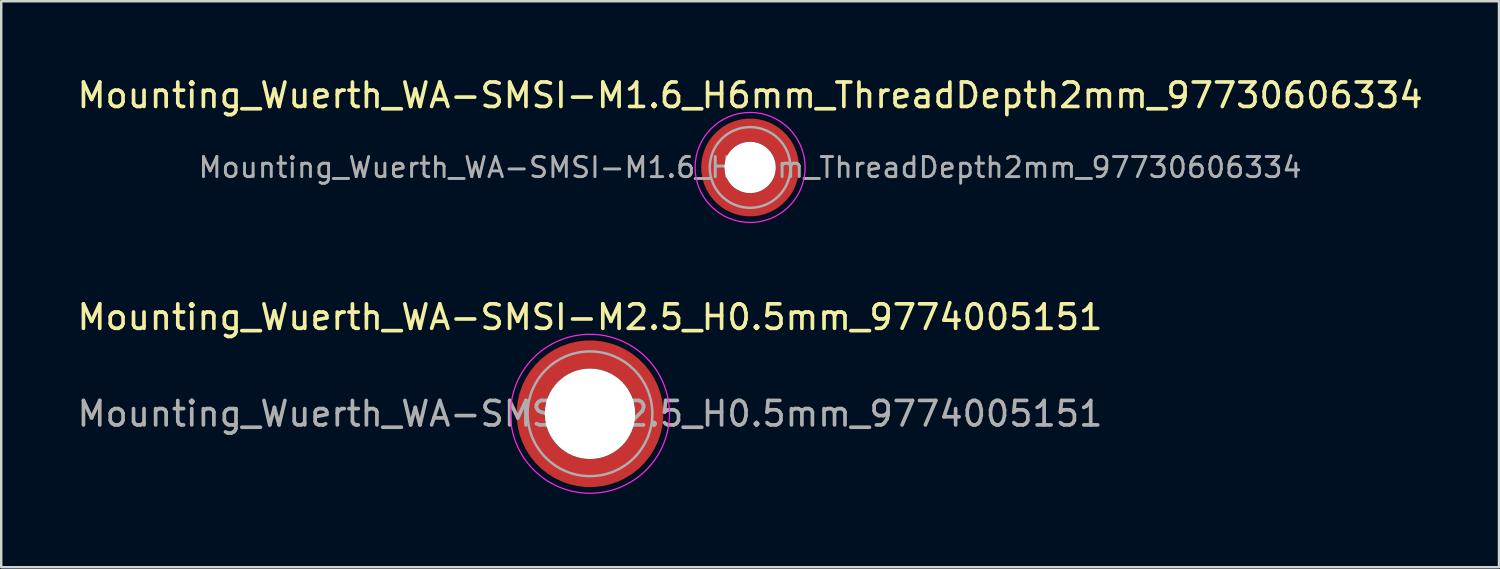
<source format=kicad_pcb>
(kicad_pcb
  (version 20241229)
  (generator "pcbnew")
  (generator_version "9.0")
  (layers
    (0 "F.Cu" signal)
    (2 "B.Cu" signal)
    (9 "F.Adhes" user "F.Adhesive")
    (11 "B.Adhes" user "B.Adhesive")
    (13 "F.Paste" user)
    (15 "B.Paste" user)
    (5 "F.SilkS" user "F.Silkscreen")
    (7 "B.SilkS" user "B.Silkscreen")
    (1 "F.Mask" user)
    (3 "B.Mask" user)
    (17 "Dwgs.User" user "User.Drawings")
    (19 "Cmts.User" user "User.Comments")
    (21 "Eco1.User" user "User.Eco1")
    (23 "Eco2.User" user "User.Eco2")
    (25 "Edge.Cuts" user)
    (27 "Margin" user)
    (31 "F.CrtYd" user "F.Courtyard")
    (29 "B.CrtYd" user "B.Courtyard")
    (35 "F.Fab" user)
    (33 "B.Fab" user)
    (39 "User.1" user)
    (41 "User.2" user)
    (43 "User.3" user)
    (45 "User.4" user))
  (footprint "Mounting_Wuerth_WA-SMSI-M1.6_H6mm_ThreadDepth2mm_97730606334"
    (layer "F.Cu")
    (at 27.625 3.798)
    (property "Reference" "Mounting_Wuerth_WA-SMSI-M1.6_H6mm_ThreadDepth2mm_97730606334" (at 0 -2.95 0) (layer "F.SilkS") (effects (font (size 1 1) (thickness 0.15))))
    (attr smd allow_soldermask_bridges)
    (fp_circle (center 0 0) (end 2.25 0) (stroke (width 0.05) (type solid)) (fill no) (layer "F.CrtYd"))
    (fp_circle (center 0 0) (end 1.65 0) (stroke (width 0.1) (type solid)) (fill no) (layer "F.Fab"))
    (fp_text user "${REFERENCE}" (at 0 0 0) (layer "F.Fab") (effects (font (size 0.82 0.82) (thickness 0.12))))
    (pad "" smd custom (at -1.061 -1.061) (size 0.4 0.4) (layers "F.Paste") (options (anchor circle)) (primitives (gr_arc (start -0.101235 0.76066) (mid 0.212132 0.212132) (end 0.76066 -0.101235) (width 0.2)) (gr_arc (start -0.204251 0.76066) (mid 0.141421 0.141421) (end 0.76066 -0.204251) (width 0.2)) (gr_arc (start -0.306819 0.76066) (mid 0.070711 0.070711) (end 0.76066 -0.306819) (width 0.2)) (gr_arc (start -0.409034 0.76066) (mid 0 0) (end 0.76066 -0.409034) (width 0.2)) (gr_arc (start -0.510963 0.76066) (mid -0.070711 -0.070711) (end 0.76066 -0.510963) (width 0.2)) (gr_arc (start -0.61266 0.76066) (mid -0.141421 -0.141421) (end 0.76066 -0.61266) (width 0.2)) (gr_arc (start -0.714164 0.76066) (mid -0.212132 -0.212132) (end 0.76066 -0.714164) (width 0.2)) (gr_line (start 0.761 -0.101) (end 0.761 -0.714) (width 0.2)) (gr_line (start -0.101 0.761) (end -0.714 0.761) (width 0.2))))
    (pad "" smd custom (at -1.061 1.061) (size 0.4 0.4) (layers "F.Paste") (options (anchor circle)) (primitives (gr_arc (start 0.76066 0.101235) (mid 0.212132 -0.212132) (end -0.101235 -0.76066) (width 0.2)) (gr_arc (start 0.76066 0.204251) (mid 0.141421 -0.141421) (end -0.204251 -0.76066) (width 0.2)) (gr_arc (start 0.76066 0.306819) (mid 0.070711 -0.070711) (end -0.306819 -0.76066) (width 0.2)) (gr_arc (start 0.76066 0.409034) (mid 0 0) (end -0.409034 -0.76066) (width 0.2)) (gr_arc (start 0.76066 0.510963) (mid -0.070711 0.070711) (end -0.510963 -0.76066) (width 0.2)) (gr_arc (start 0.76066 0.61266) (mid -0.141421 0.141421) (end -0.61266 -0.76066) (width 0.2)) (gr_arc (start 0.76066 0.714164) (mid -0.212132 0.212132) (end -0.714164 -0.76066) (width 0.2)) (gr_line (start -0.101 -0.761) (end -0.714 -0.761) (width 0.2)) (gr_line (start 0.761 0.101) (end 0.761 0.714) (width 0.2))))
    (pad "" np_thru_hole circle (at 0 0) (size 2.1 2.1) (drill 2.1) (layers "*.Cu" "*.Mask"))
    (pad "" smd custom (at 1.061 -1.061) (size 0.4 0.4) (layers "F.Paste") (options (anchor circle)) (primitives (gr_arc (start -0.76066 -0.101235) (mid -0.212132 0.212132) (end 0.101235 0.76066) (width 0.2)) (gr_arc (start -0.76066 -0.204251) (mid -0.141421 0.141421) (end 0.204251 0.76066) (width 0.2)) (gr_arc (start -0.76066 -0.306819) (mid -0.070711 0.070711) (end 0.306819 0.76066) (width 0.2)) (gr_arc (start -0.76066 -0.409034) (mid 0 0) (end 0.409034 0.76066) (width 0.2)) (gr_arc (start -0.76066 -0.510963) (mid 0.070711 -0.070711) (end 0.510963 0.76066) (width 0.2)) (gr_arc (start -0.76066 -0.61266) (mid 0.141421 -0.141421) (end 0.61266 0.76066) (width 0.2)) (gr_arc (start -0.76066 -0.714164) (mid 0.212132 -0.212132) (end 0.714164 0.76066) (width 0.2)) (gr_line (start 0.101 0.761) (end 0.714 0.761) (width 0.2)) (gr_line (start -0.761 -0.101) (end -0.761 -0.714) (width 0.2))))
    (pad "" smd custom (at 1.061 1.061) (size 0.4 0.4) (layers "F.Paste") (options (anchor circle)) (primitives (gr_arc (start 0.101235 -0.76066) (mid -0.212132 -0.212132) (end -0.76066 0.101235) (width 0.2)) (gr_arc (start 0.204251 -0.76066) (mid -0.141421 -0.141421) (end -0.76066 0.204251) (width 0.2)) (gr_arc (start 0.306819 -0.76066) (mid -0.070711 -0.070711) (end -0.76066 0.306819) (width 0.2)) (gr_arc (start 0.409034 -0.76066) (mid 0 0) (end -0.76066 0.409034) (width 0.2)) (gr_arc (start 0.510963 -0.76066) (mid 0.070711 0.070711) (end -0.76066 0.510963) (width 0.2)) (gr_arc (start 0.61266 -0.76066) (mid 0.141421 0.141421) (end -0.76066 0.61266) (width 0.2)) (gr_arc (start 0.714164 -0.76066) (mid 0.212132 0.212132) (end -0.76066 0.714164) (width 0.2)) (gr_line (start -0.761 0.101) (end -0.761 0.714) (width 0.2)) (gr_line (start 0.101 -0.761) (end 0.714 -0.761) (width 0.2))))
    (pad "1" smd circle (at -1.525 0) (size 0.442 0.442) (layers "F.Cu"))
    (pad "1" smd circle (at 0 -1.525) (size 0.442 0.442) (layers "F.Cu"))
    (pad "1" smd circle (at 0 1.525) (size 0.442 0.442) (layers "F.Cu"))
    (pad "1" smd custom (at 1.525 0) (size 0.95 0.95) (layers "F.Cu" "F.Mask") (options (anchor circle)) (primitives (gr_circle (center -1.525 0) (end 0 0) (width 0.95) (fill no)))))
  (footprint "Mounting_Wuerth_WA-SMSI-M2.5_H0.5mm_9774005151"
    (layer "F.Cu")
    (at 21.077 13.871)
    (property "Reference" "Mounting_Wuerth_WA-SMSI-M2.5_H0.5mm_9774005151" (at 0 -3.95 0) (layer "F.SilkS") (effects (font (size 1 1) (thickness 0.15))))
    (attr smd allow_soldermask_bridges)
    (fp_circle (center 0 0) (end 3.25 0) (stroke (width 0.05) (type solid)) (fill no) (layer "F.CrtYd"))
    (fp_circle (center 0 0) (end 2.55 0) (stroke (width 0.1) (type solid)) (fill no) (layer "F.Fab"))
    (fp_text user "${REFERENCE}" (at 0 0 0) (layer "F.Fab") (effects (font (size 1 1) (thickness 0.15))))
    (pad "" smd custom (at -1.704 -1.704) (size 0.51 0.51) (layers "F.Paste") (options (anchor circle)) (primitives (gr_arc (start -0.250195 1.279127) (mid 0.289914 0.289914) (end 1.279127 -0.250195) (width 0.2)) (gr_arc (start -0.34334 1.279127) (mid 0.225488 0.225488) (end 1.279127 -0.34334) (width 0.2)) (gr_arc (start -0.436309 1.279127) (mid 0.161063 0.161063) (end 1.279127 -0.436309) (width 0.2)) (gr_arc (start -0.529126 1.279127) (mid 0.096638 0.096638) (end 1.279127 -0.529126) (width 0.2)) (gr_arc (start -0.621807 1.279127) (mid 0.032213 0.032213) (end 1.279127 -0.621807) (width 0.2)) (gr_arc (start -0.71437 1.279127) (mid -0.032213 -0.032213) (end 1.279127 -0.71437) (width 0.2)) (gr_arc (start -0.806826 1.279127) (mid -0.096638 -0.096638) (end 1.279127 -0.806826) (width 0.2)) (gr_arc (start -0.899187 1.279127) (mid -0.161063 -0.161063) (end 1.279127 -0.899187) (width 0.2)) (gr_arc (start -0.991463 1.279127) (mid -0.225488 -0.225488) (end 1.279127 -0.991463) (width 0.2)) (gr_arc (start -1.083663 1.279127) (mid -0.289914 -0.289914) (end 1.279127 -1.083663) (width 0.2)) (gr_line (start 1.279 -0.25) (end 1.279 -1.084) (width 0.2)) (gr_line (start -0.25 1.279) (end -1.084 1.279) (width 0.2))))
    (pad "" smd custom (at -1.704 1.704) (size 0.51 0.51) (layers "F.Paste") (options (anchor circle)) (primitives (gr_arc (start 1.279127 0.250195) (mid 0.289914 -0.289914) (end -0.250195 -1.279127) (width 0.2)) (gr_arc (start 1.279127 0.34334) (mid 0.225488 -0.225488) (end -0.34334 -1.279127) (width 0.2)) (gr_arc (start 1.279127 0.436309) (mid 0.161063 -0.161063) (end -0.436309 -1.279127) (width 0.2)) (gr_arc (start 1.279127 0.529126) (mid 0.096638 -0.096638) (end -0.529126 -1.279127) (width 0.2)) (gr_arc (start 1.279127 0.621807) (mid 0.032213 -0.032213) (end -0.621807 -1.279127) (width 0.2)) (gr_arc (start 1.279127 0.71437) (mid -0.032213 0.032213) (end -0.71437 -1.279127) (width 0.2)) (gr_arc (start 1.279127 0.806826) (mid -0.096638 0.096638) (end -0.806826 -1.279127) (width 0.2)) (gr_arc (start 1.279127 0.899187) (mid -0.161063 0.161063) (end -0.899187 -1.279127) (width 0.2)) (gr_arc (start 1.279127 0.991463) (mid -0.225488 0.225488) (end -0.991463 -1.279127) (width 0.2)) (gr_arc (start 1.279127 1.083663) (mid -0.289914 0.289914) (end -1.083663 -1.279127) (width 0.2)) (gr_line (start -0.25 -1.279) (end -1.084 -1.279) (width 0.2)) (gr_line (start 1.279 0.25) (end 1.279 1.084) (width 0.2))))
    (pad "" np_thru_hole circle (at 0 0) (size 3.7 3.7) (drill 3.7) (layers "*.Cu" "*.Mask"))
    (pad "" smd custom (at 1.704 -1.704) (size 0.51 0.51) (layers "F.Paste") (options (anchor circle)) (primitives (gr_arc (start -1.279127 -0.250195) (mid -0.289914 0.289914) (end 0.250195 1.279127) (width 0.2)) (gr_arc (start -1.279127 -0.34334) (mid -0.225488 0.225488) (end 0.34334 1.279127) (width 0.2)) (gr_arc (start -1.279127 -0.436309) (mid -0.161063 0.161063) (end 0.436309 1.279127) (width 0.2)) (gr_arc (start -1.279127 -0.529126) (mid -0.096638 0.096638) (end 0.529126 1.279127) (width 0.2)) (gr_arc (start -1.279127 -0.621807) (mid -0.032213 0.032213) (end 0.621807 1.279127) (width 0.2)) (gr_arc (start -1.279127 -0.71437) (mid 0.032213 -0.032213) (end 0.71437 1.279127) (width 0.2)) (gr_arc (start -1.279127 -0.806826) (mid 0.096638 -0.096638) (end 0.806826 1.279127) (width 0.2)) (gr_arc (start -1.279127 -0.899187) (mid 0.161063 -0.161063) (end 0.899187 1.279127) (width 0.2)) (gr_arc (start -1.279127 -0.991463) (mid 0.225488 -0.225488) (end 0.991463 1.279127) (width 0.2)) (gr_arc (start -1.279127 -1.083663) (mid 0.289914 -0.289914) (end 1.083663 1.279127) (width 0.2)) (gr_line (start 0.25 1.279) (end 1.084 1.279) (width 0.2)) (gr_line (start -1.279 -0.25) (end -1.279 -1.084) (width 0.2))))
    (pad "" smd custom (at 1.704 1.704) (size 0.51 0.51) (layers "F.Paste") (options (anchor circle)) (primitives (gr_arc (start 0.250195 -1.279127) (mid -0.289914 -0.289914) (end -1.279127 0.250195) (width 0.2)) (gr_arc (start 0.34334 -1.279127) (mid -0.225488 -0.225488) (end -1.279127 0.34334) (width 0.2)) (gr_arc (start 0.436309 -1.279127) (mid -0.161063 -0.161063) (end -1.279127 0.436309) (width 0.2)) (gr_arc (start 0.529126 -1.279127) (mid -0.096638 -0.096638) (end -1.279127 0.529126) (width 0.2)) (gr_arc (start 0.621807 -1.279127) (mid -0.032213 -0.032213) (end -1.279127 0.621807) (width 0.2)) (gr_arc (start 0.71437 -1.279127) (mid 0.032213 0.032213) (end -1.279127 0.71437) (width 0.2)) (gr_arc (start 0.806826 -1.279127) (mid 0.096638 0.096638) (end -1.279127 0.806826) (width 0.2)) (gr_arc (start 0.899187 -1.279127) (mid 0.161063 0.161063) (end -1.279127 0.899187) (width 0.2)) (gr_arc (start 0.991463 -1.279127) (mid 0.225488 0.225488) (end -1.279127 0.991463) (width 0.2)) (gr_arc (start 1.083663 -1.279127) (mid 0.289914 0.289914) (end -1.279127 1.083663) (width 0.2)) (gr_line (start -1.279 0.25) (end -1.279 1.084) (width 0.2)) (gr_line (start 0.25 -1.279) (end 1.084 -1.279) (width 0.2))))
    (pad "1" smd circle (at -2.425 0) (size 0.642 0.642) (layers "F.Cu"))
    (pad "1" smd circle (at 0 -2.425) (size 0.642 0.642) (layers "F.Cu"))
    (pad "1" smd circle (at 0 2.425) (size 0.642 0.642) (layers "F.Cu"))
    (pad "1" smd custom (at 2.425 0) (size 1.15 1.15) (layers "F.Cu" "F.Mask") (options (anchor circle)) (primitives (gr_circle (center -2.425 0) (end 0 0) (width 1.15) (fill no)))))
  (gr_rect
    (start -3 -3)
    (end 58.25 20.146)
    (stroke (width 0.1) (type default))
    (fill no)
    (layer "Edge.Cuts")))
</source>
